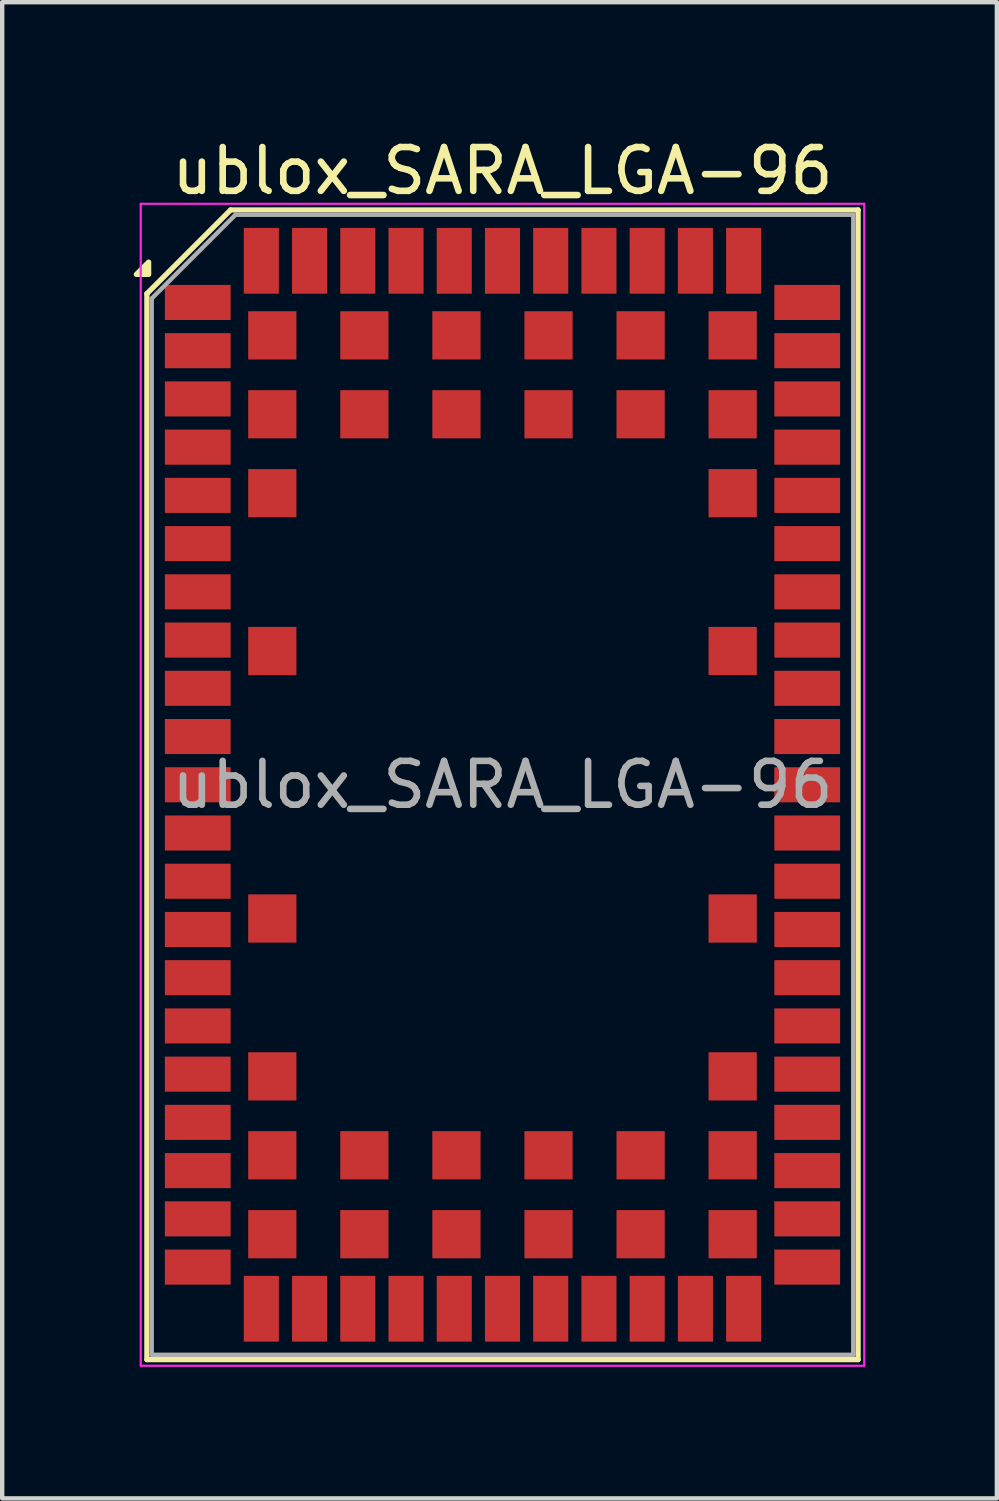
<source format=kicad_pcb>
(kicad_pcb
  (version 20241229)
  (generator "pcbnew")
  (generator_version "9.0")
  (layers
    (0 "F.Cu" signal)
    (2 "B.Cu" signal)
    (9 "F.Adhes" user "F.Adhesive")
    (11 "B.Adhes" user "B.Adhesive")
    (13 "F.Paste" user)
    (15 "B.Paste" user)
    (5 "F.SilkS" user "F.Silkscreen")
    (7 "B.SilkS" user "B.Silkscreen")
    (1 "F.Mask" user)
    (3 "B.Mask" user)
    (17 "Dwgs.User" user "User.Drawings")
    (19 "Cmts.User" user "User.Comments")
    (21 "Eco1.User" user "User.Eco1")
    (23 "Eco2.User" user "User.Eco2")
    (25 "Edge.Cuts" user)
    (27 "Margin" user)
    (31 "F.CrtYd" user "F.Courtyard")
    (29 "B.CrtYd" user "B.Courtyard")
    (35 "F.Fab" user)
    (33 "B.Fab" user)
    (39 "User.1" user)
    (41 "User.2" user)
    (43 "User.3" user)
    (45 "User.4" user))
  (footprint "ublox_SARA_LGA-96"
    (layer "F.Cu")
    (at 8.41 14.848)
    (property "Reference" "ublox_SARA_LGA-96" (at 0 -14 0) (layer "F.SilkS") (effects (font (size 1 1) (thickness 0.15))))
    (attr smd)
    (fp_line (start -8.11 -11.2) (end -8.11 13.11) (stroke (width 0.12) (type solid)) (layer "F.SilkS"))
    (fp_line (start -6.2 -13.11) (end -8.11 -11.2) (stroke (width 0.12) (type solid)) (layer "F.SilkS"))
    (fp_line (start 8.11 -13.11) (end -6.2 -13.11) (stroke (width 0.12) (type solid)) (layer "F.SilkS"))
    (fp_line (start 8.11 -13.11) (end 8.11 13.11) (stroke (width 0.12) (type solid)) (layer "F.SilkS"))
    (fp_line (start 8.11 13.11) (end -8.11 13.11) (stroke (width 0.12) (type solid)) (layer "F.SilkS"))
    (fp_poly (pts (xy -8.07 -11.64) (xy -8.35 -11.64) (xy -8.07 -11.92) (xy -8.07 -11.64)) (stroke (width 0.12) (type solid)) (fill yes) (layer "F.SilkS"))
    (fp_line (start -8.25 -13.25) (end -8.25 13.25) (stroke (width 0.05) (type solid)) (layer "F.CrtYd"))
    (fp_line (start 8.25 -13.25) (end -8.25 -13.25) (stroke (width 0.05) (type solid)) (layer "F.CrtYd"))
    (fp_line (start 8.25 -13.25) (end 8.25 13.25) (stroke (width 0.05) (type solid)) (layer "F.CrtYd"))
    (fp_line (start 8.25 13.25) (end -8.25 13.25) (stroke (width 0.05) (type solid)) (layer "F.CrtYd"))
    (fp_line (start -8 -11.09) (end -8 13) (stroke (width 0.1) (type solid)) (layer "F.Fab"))
    (fp_line (start -6.09 -13) (end -8 -11.09) (stroke (width 0.1) (type solid)) (layer "F.Fab"))
    (fp_line (start 8 -13) (end -6.09 -13) (stroke (width 0.1) (type solid)) (layer "F.Fab"))
    (fp_line (start 8 -13) (end 8 13) (stroke (width 0.1) (type solid)) (layer "F.Fab"))
    (fp_line (start 8 13) (end -8 13) (stroke (width 0.1) (type solid)) (layer "F.Fab"))
    (fp_text user "${REFERENCE}" (at 0 0 0) (layer "F.Fab") (effects (font (size 1 1) (thickness 0.15))))
    (pad "" smd rect (at -7 -11 270) (size 0.75 1.55) (layers "F.Paste"))
    (pad "" smd rect (at -7 -9.9 270) (size 0.75 1.55) (layers "F.Paste"))
    (pad "" smd rect (at -7 -8.8 270) (size 0.75 1.55) (layers "F.Paste"))
    (pad "" smd rect (at -7 -7.7 270) (size 0.75 1.55) (layers "F.Paste"))
    (pad "" smd rect (at -7 -6.6 270) (size 0.75 1.55) (layers "F.Paste"))
    (pad "" smd rect (at -7 -5.5 270) (size 0.75 1.55) (layers "F.Paste"))
    (pad "" smd rect (at -7 -4.4 270) (size 0.75 1.55) (layers "F.Paste"))
    (pad "" smd rect (at -7 -3.3 270) (size 0.75 1.55) (layers "F.Paste"))
    (pad "" smd rect (at -7 -2.2 270) (size 0.75 1.55) (layers "F.Paste"))
    (pad "" smd rect (at -7 -1.1 270) (size 0.75 1.55) (layers "F.Paste"))
    (pad "" smd rect (at -7 0 270) (size 0.75 1.55) (layers "F.Paste"))
    (pad "" smd rect (at -7 1.1 270) (size 0.75 1.55) (layers "F.Paste"))
    (pad "" smd rect (at -7 2.2 270) (size 0.75 1.55) (layers "F.Paste"))
    (pad "" smd rect (at -7 3.3 270) (size 0.75 1.55) (layers "F.Paste"))
    (pad "" smd rect (at -7 4.4 270) (size 0.75 1.55) (layers "F.Paste"))
    (pad "" smd rect (at -7 5.5 270) (size 0.75 1.55) (layers "F.Paste"))
    (pad "" smd rect (at -7 6.6 270) (size 0.75 1.55) (layers "F.Paste"))
    (pad "" smd rect (at -7 7.7 270) (size 0.75 1.55) (layers "F.Paste"))
    (pad "" smd rect (at -7 8.8 270) (size 0.75 1.55) (layers "F.Paste"))
    (pad "" smd rect (at -7 9.9 270) (size 0.75 1.55) (layers "F.Paste"))
    (pad "" smd rect (at -7 11 270) (size 0.75 1.55) (layers "F.Paste"))
    (pad "" smd rect (at -5.5 -12) (size 0.75 1.55) (layers "F.Paste"))
    (pad "" smd rect (at -5.5 12) (size 0.75 1.55) (layers "F.Paste"))
    (pad "" smd rect (at -5.25 -10.25 180) (size 1.05 1.05) (layers "F.Paste"))
    (pad "" smd rect (at -5.25 -8.45 180) (size 1.05 1.05) (layers "F.Paste"))
    (pad "" smd rect (at -5.25 -6.65 180) (size 1.05 1.05) (layers "F.Paste"))
    (pad "" smd rect (at -5.25 -3.05 180) (size 1.05 1.05) (layers "F.Paste"))
    (pad "" smd rect (at -5.25 3.05 180) (size 1.05 1.05) (layers "F.Paste"))
    (pad "" smd rect (at -5.25 6.65 180) (size 1.05 1.05) (layers "F.Paste"))
    (pad "" smd rect (at -5.25 8.45 180) (size 1.05 1.05) (layers "F.Paste"))
    (pad "" smd rect (at -5.25 10.25 180) (size 1.05 1.05) (layers "F.Paste"))
    (pad "" smd rect (at -4.4 -12) (size 0.75 1.55) (layers "F.Paste"))
    (pad "" smd rect (at -4.4 12) (size 0.75 1.55) (layers "F.Paste"))
    (pad "" smd rect (at -3.3 -12) (size 0.75 1.55) (layers "F.Paste"))
    (pad "" smd rect (at -3.3 12) (size 0.75 1.55) (layers "F.Paste"))
    (pad "" smd rect (at -3.15 -10.25 180) (size 1.05 1.05) (layers "F.Paste"))
    (pad "" smd rect (at -3.15 -8.45 180) (size 1.05 1.05) (layers "F.Paste"))
    (pad "" smd rect (at -3.15 8.45 180) (size 1.05 1.05) (layers "F.Paste"))
    (pad "" smd rect (at -3.15 10.25 180) (size 1.05 1.05) (layers "F.Paste"))
    (pad "" smd rect (at -2.2 -12) (size 0.75 1.55) (layers "F.Paste"))
    (pad "" smd rect (at -2.2 12) (size 0.75 1.55) (layers "F.Paste"))
    (pad "" smd rect (at -1.1 -12) (size 0.75 1.55) (layers "F.Paste"))
    (pad "" smd rect (at -1.1 12) (size 0.75 1.55) (layers "F.Paste"))
    (pad "" smd rect (at -1.05 -10.25 180) (size 1.05 1.05) (layers "F.Paste"))
    (pad "" smd rect (at -1.05 -8.45 180) (size 1.05 1.05) (layers "F.Paste"))
    (pad "" smd rect (at -1.05 8.45 180) (size 1.05 1.05) (layers "F.Paste"))
    (pad "" smd rect (at -1.05 10.25 180) (size 1.05 1.05) (layers "F.Paste"))
    (pad "" smd rect (at 0 -12) (size 0.75 1.55) (layers "F.Paste"))
    (pad "" smd rect (at 0 12) (size 0.75 1.55) (layers "F.Paste"))
    (pad "" smd rect (at 1.05 -10.25 180) (size 1.05 1.05) (layers "F.Paste"))
    (pad "" smd rect (at 1.05 -8.45 180) (size 1.05 1.05) (layers "F.Paste"))
    (pad "" smd rect (at 1.05 8.45 180) (size 1.05 1.05) (layers "F.Paste"))
    (pad "" smd rect (at 1.05 10.25 180) (size 1.05 1.05) (layers "F.Paste"))
    (pad "" smd rect (at 1.1 -12) (size 0.75 1.55) (layers "F.Paste"))
    (pad "" smd rect (at 1.1 12) (size 0.75 1.55) (layers "F.Paste"))
    (pad "" smd rect (at 2.2 -12) (size 0.75 1.55) (layers "F.Paste"))
    (pad "" smd rect (at 2.2 12) (size 0.75 1.55) (layers "F.Paste"))
    (pad "" smd rect (at 3.15 -10.25 180) (size 1.05 1.05) (layers "F.Paste"))
    (pad "" smd rect (at 3.15 -8.45 180) (size 1.05 1.05) (layers "F.Paste"))
    (pad "" smd rect (at 3.15 8.45 180) (size 1.05 1.05) (layers "F.Paste"))
    (pad "" smd rect (at 3.15 10.25 180) (size 1.05 1.05) (layers "F.Paste"))
    (pad "" smd rect (at 3.3 -12) (size 0.75 1.55) (layers "F.Paste"))
    (pad "" smd rect (at 3.3 12) (size 0.75 1.55) (layers "F.Paste"))
    (pad "" smd rect (at 4.4 -12) (size 0.75 1.55) (layers "F.Paste"))
    (pad "" smd rect (at 4.4 12) (size 0.75 1.55) (layers "F.Paste"))
    (pad "" smd rect (at 5.25 -10.25 180) (size 1.05 1.05) (layers "F.Paste"))
    (pad "" smd rect (at 5.25 -8.45 180) (size 1.05 1.05) (layers "F.Paste"))
    (pad "" smd rect (at 5.25 -6.65 180) (size 1.05 1.05) (layers "F.Paste"))
    (pad "" smd rect (at 5.25 -3.05 180) (size 1.05 1.05) (layers "F.Paste"))
    (pad "" smd rect (at 5.25 3.05 180) (size 1.05 1.05) (layers "F.Paste"))
    (pad "" smd rect (at 5.25 6.65 180) (size 1.05 1.05) (layers "F.Paste"))
    (pad "" smd rect (at 5.25 8.45 180) (size 1.05 1.05) (layers "F.Paste"))
    (pad "" smd rect (at 5.25 10.25 180) (size 1.05 1.05) (layers "F.Paste"))
    (pad "" smd rect (at 5.5 -12) (size 0.75 1.55) (layers "F.Paste"))
    (pad "" smd rect (at 5.5 12) (size 0.75 1.55) (layers "F.Paste"))
    (pad "" smd rect (at 7 -11 270) (size 0.75 1.55) (layers "F.Paste"))
    (pad "" smd rect (at 7 -9.9 270) (size 0.75 1.55) (layers "F.Paste"))
    (pad "" smd rect (at 7 -8.8 270) (size 0.75 1.55) (layers "F.Paste"))
    (pad "" smd rect (at 7 -7.7 270) (size 0.75 1.55) (layers "F.Paste"))
    (pad "" smd rect (at 7 -6.6 270) (size 0.75 1.55) (layers "F.Paste"))
    (pad "" smd rect (at 7 -5.5 270) (size 0.75 1.55) (layers "F.Paste"))
    (pad "" smd rect (at 7 -4.4 270) (size 0.75 1.55) (layers "F.Paste"))
    (pad "" smd rect (at 7 -3.3 270) (size 0.75 1.55) (layers "F.Paste"))
    (pad "" smd rect (at 7 -2.2 270) (size 0.75 1.55) (layers "F.Paste"))
    (pad "" smd rect (at 7 -1.1 270) (size 0.75 1.55) (layers "F.Paste"))
    (pad "" smd rect (at 7 0 270) (size 0.75 1.55) (layers "F.Paste"))
    (pad "" smd rect (at 7 1.1 270) (size 0.75 1.55) (layers "F.Paste"))
    (pad "" smd rect (at 7 2.2 270) (size 0.75 1.55) (layers "F.Paste"))
    (pad "" smd rect (at 7 3.3 270) (size 0.75 1.55) (layers "F.Paste"))
    (pad "" smd rect (at 7 4.4 270) (size 0.75 1.55) (layers "F.Paste"))
    (pad "" smd rect (at 7 5.5 270) (size 0.75 1.55) (layers "F.Paste"))
    (pad "" smd rect (at 7 6.6 270) (size 0.75 1.55) (layers "F.Paste"))
    (pad "" smd rect (at 7 7.7 270) (size 0.75 1.55) (layers "F.Paste"))
    (pad "" smd rect (at 7 8.8 270) (size 0.75 1.55) (layers "F.Paste"))
    (pad "" smd rect (at 7 9.9 270) (size 0.75 1.55) (layers "F.Paste"))
    (pad "" smd rect (at 7 11 270) (size 0.75 1.55) (layers "F.Paste"))
    (pad "1" smd rect (at -6.95 -11 270) (size 0.8 1.5) (layers "F.Cu" "F.Mask"))
    (pad "2" smd rect (at -6.95 -9.9 270) (size 0.8 1.5) (layers "F.Cu" "F.Mask"))
    (pad "3" smd rect (at -6.95 -8.8 270) (size 0.8 1.5) (layers "F.Cu" "F.Mask"))
    (pad "4" smd rect (at -6.95 -7.7 270) (size 0.8 1.5) (layers "F.Cu" "F.Mask"))
    (pad "5" smd rect (at -6.95 -6.6 270) (size 0.8 1.5) (layers "F.Cu" "F.Mask"))
    (pad "6" smd rect (at -6.95 -5.5 270) (size 0.8 1.5) (layers "F.Cu" "F.Mask"))
    (pad "7" smd rect (at -6.95 -4.4 270) (size 0.8 1.5) (layers "F.Cu" "F.Mask"))
    (pad "8" smd rect (at -6.95 -3.3 270) (size 0.8 1.5) (layers "F.Cu" "F.Mask"))
    (pad "9" smd rect (at -6.95 -2.2 270) (size 0.8 1.5) (layers "F.Cu" "F.Mask"))
    (pad "10" smd rect (at -6.95 -1.1 270) (size 0.8 1.5) (layers "F.Cu" "F.Mask"))
    (pad "11" smd rect (at -6.95 0 270) (size 0.8 1.5) (layers "F.Cu" "F.Mask"))
    (pad "12" smd rect (at -6.95 1.1 270) (size 0.8 1.5) (layers "F.Cu" "F.Mask"))
    (pad "13" smd rect (at -6.95 2.2 270) (size 0.8 1.5) (layers "F.Cu" "F.Mask"))
    (pad "14" smd rect (at -6.95 3.3 270) (size 0.8 1.5) (layers "F.Cu" "F.Mask"))
    (pad "15" smd rect (at -6.95 4.4 270) (size 0.8 1.5) (layers "F.Cu" "F.Mask"))
    (pad "16" smd rect (at -6.95 5.5 270) (size 0.8 1.5) (layers "F.Cu" "F.Mask"))
    (pad "17" smd rect (at -6.95 6.6 270) (size 0.8 1.5) (layers "F.Cu" "F.Mask"))
    (pad "18" smd rect (at -6.95 7.7 270) (size 0.8 1.5) (layers "F.Cu" "F.Mask"))
    (pad "19" smd rect (at -6.95 8.8 270) (size 0.8 1.5) (layers "F.Cu" "F.Mask"))
    (pad "20" smd rect (at -6.95 9.9 270) (size 0.8 1.5) (layers "F.Cu" "F.Mask"))
    (pad "21" smd rect (at -6.95 11 270) (size 0.8 1.5) (layers "F.Cu" "F.Mask"))
    (pad "22" smd rect (at -5.5 11.95) (size 0.8 1.5) (layers "F.Cu" "F.Mask"))
    (pad "23" smd rect (at -4.4 11.95) (size 0.8 1.5) (layers "F.Cu" "F.Mask"))
    (pad "24" smd rect (at -3.3 11.95) (size 0.8 1.5) (layers "F.Cu" "F.Mask"))
    (pad "25" smd rect (at -2.2 11.95) (size 0.8 1.5) (layers "F.Cu" "F.Mask"))
    (pad "26" smd rect (at -1.1 11.95) (size 0.8 1.5) (layers "F.Cu" "F.Mask"))
    (pad "27" smd rect (at 0 11.95) (size 0.8 1.5) (layers "F.Cu" "F.Mask"))
    (pad "28" smd rect (at 1.1 11.95) (size 0.8 1.5) (layers "F.Cu" "F.Mask"))
    (pad "29" smd rect (at 2.2 11.95) (size 0.8 1.5) (layers "F.Cu" "F.Mask"))
    (pad "30" smd rect (at 3.3 11.95) (size 0.8 1.5) (layers "F.Cu" "F.Mask"))
    (pad "31" smd rect (at 4.4 11.95) (size 0.8 1.5) (layers "F.Cu" "F.Mask"))
    (pad "32" smd rect (at 5.5 11.95) (size 0.8 1.5) (layers "F.Cu" "F.Mask"))
    (pad "33" smd rect (at 6.95 11 90) (size 0.8 1.5) (layers "F.Cu" "F.Mask"))
    (pad "34" smd rect (at 6.95 9.9 90) (size 0.8 1.5) (layers "F.Cu" "F.Mask"))
    (pad "35" smd rect (at 6.95 8.8 90) (size 0.8 1.5) (layers "F.Cu" "F.Mask"))
    (pad "36" smd rect (at 6.95 7.7 90) (size 0.8 1.5) (layers "F.Cu" "F.Mask"))
    (pad "37" smd rect (at 6.95 6.6 90) (size 0.8 1.5) (layers "F.Cu" "F.Mask"))
    (pad "38" smd rect (at 6.95 5.5 90) (size 0.8 1.5) (layers "F.Cu" "F.Mask"))
    (pad "39" smd rect (at 6.95 4.4 90) (size 0.8 1.5) (layers "F.Cu" "F.Mask"))
    (pad "40" smd rect (at 6.95 3.3 90) (size 0.8 1.5) (layers "F.Cu" "F.Mask"))
    (pad "41" smd rect (at 6.95 2.2 90) (size 0.8 1.5) (layers "F.Cu" "F.Mask"))
    (pad "42" smd rect (at 6.95 1.1 90) (size 0.8 1.5) (layers "F.Cu" "F.Mask"))
    (pad "43" smd rect (at 6.95 0 90) (size 0.8 1.5) (layers "F.Cu" "F.Mask"))
    (pad "44" smd rect (at 6.95 -1.1 90) (size 0.8 1.5) (layers "F.Cu" "F.Mask"))
    (pad "45" smd rect (at 6.95 -2.2 90) (size 0.8 1.5) (layers "F.Cu" "F.Mask"))
    (pad "46" smd rect (at 6.95 -3.3 90) (size 0.8 1.5) (layers "F.Cu" "F.Mask"))
    (pad "47" smd rect (at 6.95 -4.4 90) (size 0.8 1.5) (layers "F.Cu" "F.Mask"))
    (pad "48" smd rect (at 6.95 -5.5 90) (size 0.8 1.5) (layers "F.Cu" "F.Mask"))
    (pad "49" smd rect (at 6.95 -6.6 90) (size 0.8 1.5) (layers "F.Cu" "F.Mask"))
    (pad "50" smd rect (at 6.95 -7.7 90) (size 0.8 1.5) (layers "F.Cu" "F.Mask"))
    (pad "51" smd rect (at 6.95 -8.8 90) (size 0.8 1.5) (layers "F.Cu" "F.Mask"))
    (pad "52" smd rect (at 6.95 -9.9 90) (size 0.8 1.5) (layers "F.Cu" "F.Mask"))
    (pad "53" smd rect (at 6.95 -11 90) (size 0.8 1.5) (layers "F.Cu" "F.Mask"))
    (pad "54" smd rect (at 5.5 -11.95 180) (size 0.8 1.5) (layers "F.Cu" "F.Mask"))
    (pad "55" smd rect (at 4.4 -11.95 180) (size 0.8 1.5) (layers "F.Cu" "F.Mask"))
    (pad "56" smd rect (at 3.3 -11.95 180) (size 0.8 1.5) (layers "F.Cu" "F.Mask"))
    (pad "57" smd rect (at 2.2 -11.95 180) (size 0.8 1.5) (layers "F.Cu" "F.Mask"))
    (pad "58" smd rect (at 1.1 -11.95 180) (size 0.8 1.5) (layers "F.Cu" "F.Mask"))
    (pad "59" smd rect (at 0 -11.95 180) (size 0.8 1.5) (layers "F.Cu" "F.Mask"))
    (pad "60" smd rect (at -1.1 -11.95 180) (size 0.8 1.5) (layers "F.Cu" "F.Mask"))
    (pad "61" smd rect (at -2.2 -11.95 180) (size 0.8 1.5) (layers "F.Cu" "F.Mask"))
    (pad "62" smd rect (at -3.3 -11.95 180) (size 0.8 1.5) (layers "F.Cu" "F.Mask"))
    (pad "63" smd rect (at -4.4 -11.95 180) (size 0.8 1.5) (layers "F.Cu" "F.Mask"))
    (pad "64" smd rect (at -5.5 -11.95 180) (size 0.8 1.5) (layers "F.Cu" "F.Mask"))
    (pad "65" smd rect (at -5.25 -10.25 180) (size 1.1 1.1) (layers "F.Cu" "F.Mask"))
    (pad "66" smd rect (at -3.15 -10.25 180) (size 1.1 1.1) (layers "F.Cu" "F.Mask"))
    (pad "67" smd rect (at -1.05 -10.25 180) (size 1.1 1.1) (layers "F.Cu" "F.Mask"))
    (pad "68" smd rect (at 1.05 -10.25 180) (size 1.1 1.1) (layers "F.Cu" "F.Mask"))
    (pad "69" smd rect (at 3.15 -10.25 180) (size 1.1 1.1) (layers "F.Cu" "F.Mask"))
    (pad "70" smd rect (at 5.25 -10.25 180) (size 1.1 1.1) (layers "F.Cu" "F.Mask"))
    (pad "71" smd rect (at -5.25 -8.45 180) (size 1.1 1.1) (layers "F.Cu" "F.Mask"))
    (pad "72" smd rect (at -3.15 -8.45 180) (size 1.1 1.1) (layers "F.Cu" "F.Mask"))
    (pad "73" smd rect (at -1.05 -8.45 180) (size 1.1 1.1) (layers "F.Cu" "F.Mask"))
    (pad "74" smd rect (at 1.05 -8.45 180) (size 1.1 1.1) (layers "F.Cu" "F.Mask"))
    (pad "75" smd rect (at 3.15 -8.45 180) (size 1.1 1.1) (layers "F.Cu" "F.Mask"))
    (pad "76" smd rect (at 5.25 -8.45 180) (size 1.1 1.1) (layers "F.Cu" "F.Mask"))
    (pad "77" smd rect (at -5.25 -6.65 180) (size 1.1 1.1) (layers "F.Cu" "F.Mask"))
    (pad "78" smd rect (at 5.25 -6.65 180) (size 1.1 1.1) (layers "F.Cu" "F.Mask"))
    (pad "79" smd rect (at -5.25 -3.05 180) (size 1.1 1.1) (layers "F.Cu" "F.Mask"))
    (pad "80" smd rect (at 5.25 -3.05 180) (size 1.1 1.1) (layers "F.Cu" "F.Mask"))
    (pad "81" smd rect (at -5.25 3.05 180) (size 1.1 1.1) (layers "F.Cu" "F.Mask"))
    (pad "82" smd rect (at 5.25 3.05 180) (size 1.1 1.1) (layers "F.Cu" "F.Mask"))
    (pad "83" smd rect (at -5.25 6.65 180) (size 1.1 1.1) (layers "F.Cu" "F.Mask"))
    (pad "84" smd rect (at 5.25 6.65 180) (size 1.1 1.1) (layers "F.Cu" "F.Mask"))
    (pad "85" smd rect (at -5.25 8.45 180) (size 1.1 1.1) (layers "F.Cu" "F.Mask"))
    (pad "86" smd rect (at -3.15 8.45 180) (size 1.1 1.1) (layers "F.Cu" "F.Mask"))
    (pad "87" smd rect (at -1.05 8.45 180) (size 1.1 1.1) (layers "F.Cu" "F.Mask"))
    (pad "88" smd rect (at 1.05 8.45 180) (size 1.1 1.1) (layers "F.Cu" "F.Mask"))
    (pad "89" smd rect (at 3.15 8.45 180) (size 1.1 1.1) (layers "F.Cu" "F.Mask"))
    (pad "90" smd rect (at 5.25 8.45 180) (size 1.1 1.1) (layers "F.Cu" "F.Mask"))
    (pad "91" smd rect (at -5.25 10.25 180) (size 1.1 1.1) (layers "F.Cu" "F.Mask"))
    (pad "92" smd rect (at -3.15 10.25 180) (size 1.1 1.1) (layers "F.Cu" "F.Mask"))
    (pad "93" smd rect (at -1.05 10.25 270) (size 1.1 1.1) (layers "F.Cu" "F.Mask"))
    (pad "94" smd rect (at 1.05 10.25 180) (size 1.1 1.1) (layers "F.Cu" "F.Mask"))
    (pad "95" smd rect (at 3.15 10.25 180) (size 1.1 1.1) (layers "F.Cu" "F.Mask"))
    (pad "96" smd rect (at 5.25 10.25 270) (size 1.1 1.1) (layers "F.Cu" "F.Mask")))
  (gr_rect
    (start -3 -3)
    (end 19.685 31.123)
    (stroke (width 0.1) (type default))
    (fill no)
    (layer "Edge.Cuts")))
</source>
